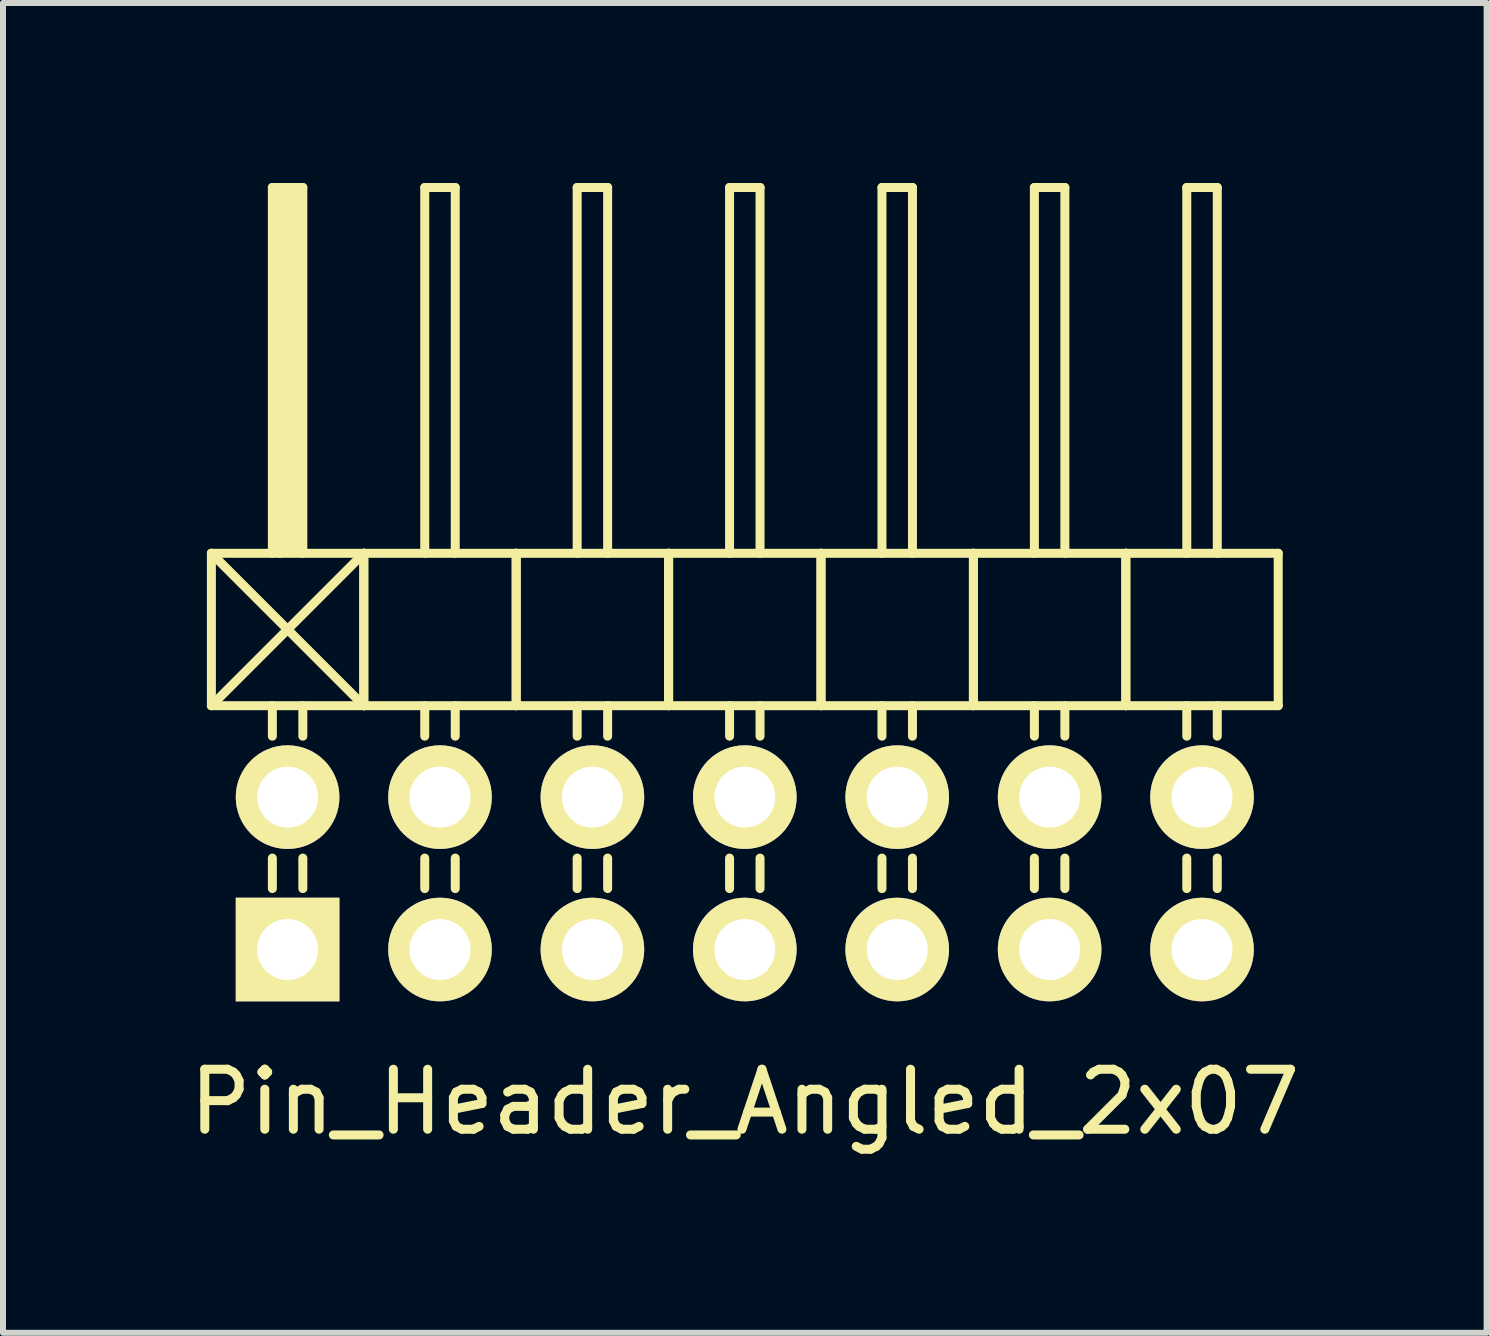
<source format=kicad_pcb>
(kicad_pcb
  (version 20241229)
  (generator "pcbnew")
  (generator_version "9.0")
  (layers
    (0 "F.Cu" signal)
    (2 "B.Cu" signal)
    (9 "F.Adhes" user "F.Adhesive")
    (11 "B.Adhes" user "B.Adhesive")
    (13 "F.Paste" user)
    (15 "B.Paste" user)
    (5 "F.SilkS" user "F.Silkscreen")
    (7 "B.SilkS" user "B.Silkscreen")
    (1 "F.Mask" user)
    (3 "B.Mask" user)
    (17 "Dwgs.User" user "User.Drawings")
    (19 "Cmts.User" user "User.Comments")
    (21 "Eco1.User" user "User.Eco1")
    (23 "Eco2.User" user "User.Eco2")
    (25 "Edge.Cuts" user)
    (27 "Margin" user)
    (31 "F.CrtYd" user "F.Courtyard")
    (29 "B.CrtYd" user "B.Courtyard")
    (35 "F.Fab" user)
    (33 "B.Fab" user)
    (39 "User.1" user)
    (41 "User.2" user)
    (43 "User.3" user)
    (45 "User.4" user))
  (footprint "Pin_Header_Angled_2x07"
    (layer "F.Cu")
    (at 9.363 11.505)
    (property "Reference" "Pin_Header_Angled_2x07" (at 0 3.81 0) (layer "F.SilkS") (effects (font (size 1 1) (thickness 0.15))))
    (attr through_hole)
    (fp_line (start -8.89 -5.334) (end -6.35 -2.794) (stroke (width 0.15) (type solid)) (layer "F.SilkS"))
    (fp_line (start -8.89 -2.794) (end -8.89 -5.334) (stroke (width 0.15) (type solid)) (layer "F.SilkS"))
    (fp_line (start -8.89 -2.794) (end -6.35 -5.334) (stroke (width 0.15) (type solid)) (layer "F.SilkS"))
    (fp_line (start -8.89 -2.794) (end -6.35 -2.794) (stroke (width 0.15) (type solid)) (layer "F.SilkS"))
    (fp_line (start -7.874 -11.43) (end -7.366 -11.43) (stroke (width 0.15) (type solid)) (layer "F.SilkS"))
    (fp_line (start -7.874 -5.334) (end -7.874 -11.43) (stroke (width 0.15) (type solid)) (layer "F.SilkS"))
    (fp_line (start -7.874 -2.794) (end -7.874 -2.286) (stroke (width 0.15) (type solid)) (layer "F.SilkS"))
    (fp_line (start -7.874 -0.254) (end -7.874 0.254) (stroke (width 0.15) (type solid)) (layer "F.SilkS"))
    (fp_line (start -7.747 -11.303) (end -7.493 -11.303) (stroke (width 0.15) (type solid)) (layer "F.SilkS"))
    (fp_line (start -7.747 -5.334) (end -7.747 -11.303) (stroke (width 0.15) (type solid)) (layer "F.SilkS"))
    (fp_line (start -7.62 -5.461) (end -7.62 -11.303) (stroke (width 0.15) (type solid)) (layer "F.SilkS"))
    (fp_line (start -7.493 -11.303) (end -7.493 -5.461) (stroke (width 0.15) (type solid)) (layer "F.SilkS"))
    (fp_line (start -7.493 -5.461) (end -7.62 -5.461) (stroke (width 0.15) (type solid)) (layer "F.SilkS"))
    (fp_line (start -7.366 -11.43) (end -7.366 -5.334) (stroke (width 0.15) (type solid)) (layer "F.SilkS"))
    (fp_line (start -7.366 -2.794) (end -7.366 -2.286) (stroke (width 0.15) (type solid)) (layer "F.SilkS"))
    (fp_line (start -7.366 -0.254) (end -7.366 0.254) (stroke (width 0.15) (type solid)) (layer "F.SilkS"))
    (fp_line (start -6.35 -5.334) (end -8.89 -5.334) (stroke (width 0.15) (type solid)) (layer "F.SilkS"))
    (fp_line (start -6.35 -2.794) (end -6.35 -5.334) (stroke (width 0.15) (type solid)) (layer "F.SilkS"))
    (fp_line (start -6.35 -2.794) (end -6.35 -5.334) (stroke (width 0.15) (type solid)) (layer "F.SilkS"))
    (fp_line (start -6.35 -2.794) (end -3.81 -2.794) (stroke (width 0.15) (type solid)) (layer "F.SilkS"))
    (fp_line (start -5.334 -11.43) (end -4.826 -11.43) (stroke (width 0.15) (type solid)) (layer "F.SilkS"))
    (fp_line (start -5.334 -5.334) (end -5.334 -11.43) (stroke (width 0.15) (type solid)) (layer "F.SilkS"))
    (fp_line (start -5.334 -2.794) (end -5.334 -2.286) (stroke (width 0.15) (type solid)) (layer "F.SilkS"))
    (fp_line (start -5.334 -0.254) (end -5.334 0.254) (stroke (width 0.15) (type solid)) (layer "F.SilkS"))
    (fp_line (start -4.826 -11.43) (end -4.826 -5.334) (stroke (width 0.15) (type solid)) (layer "F.SilkS"))
    (fp_line (start -4.826 -2.794) (end -4.826 -2.286) (stroke (width 0.15) (type solid)) (layer "F.SilkS"))
    (fp_line (start -4.826 -0.254) (end -4.826 0.254) (stroke (width 0.15) (type solid)) (layer "F.SilkS"))
    (fp_line (start -3.81 -5.334) (end -6.35 -5.334) (stroke (width 0.15) (type solid)) (layer "F.SilkS"))
    (fp_line (start -3.81 -2.794) (end -3.81 -5.334) (stroke (width 0.15) (type solid)) (layer "F.SilkS"))
    (fp_line (start -3.81 -2.794) (end -3.81 -5.334) (stroke (width 0.15) (type solid)) (layer "F.SilkS"))
    (fp_line (start -3.81 -2.794) (end -1.27 -2.794) (stroke (width 0.15) (type solid)) (layer "F.SilkS"))
    (fp_line (start -2.794 -11.43) (end -2.286 -11.43) (stroke (width 0.15) (type solid)) (layer "F.SilkS"))
    (fp_line (start -2.794 -5.334) (end -2.794 -11.43) (stroke (width 0.15) (type solid)) (layer "F.SilkS"))
    (fp_line (start -2.794 -2.794) (end -2.794 -2.286) (stroke (width 0.15) (type solid)) (layer "F.SilkS"))
    (fp_line (start -2.794 -0.254) (end -2.794 0.254) (stroke (width 0.15) (type solid)) (layer "F.SilkS"))
    (fp_line (start -2.286 -11.43) (end -2.286 -5.334) (stroke (width 0.15) (type solid)) (layer "F.SilkS"))
    (fp_line (start -2.286 -2.794) (end -2.286 -2.286) (stroke (width 0.15) (type solid)) (layer "F.SilkS"))
    (fp_line (start -2.286 -0.254) (end -2.286 0.254) (stroke (width 0.15) (type solid)) (layer "F.SilkS"))
    (fp_line (start -1.27 -5.334) (end -3.81 -5.334) (stroke (width 0.15) (type solid)) (layer "F.SilkS"))
    (fp_line (start -1.27 -2.794) (end -1.27 -5.334) (stroke (width 0.15) (type solid)) (layer "F.SilkS"))
    (fp_line (start -1.27 -2.794) (end -1.27 -5.334) (stroke (width 0.15) (type solid)) (layer "F.SilkS"))
    (fp_line (start -1.27 -2.794) (end 1.27 -2.794) (stroke (width 0.15) (type solid)) (layer "F.SilkS"))
    (fp_line (start -0.254 -11.43) (end 0.254 -11.43) (stroke (width 0.15) (type solid)) (layer "F.SilkS"))
    (fp_line (start -0.254 -5.334) (end -0.254 -11.43) (stroke (width 0.15) (type solid)) (layer "F.SilkS"))
    (fp_line (start -0.254 -2.794) (end -0.254 -2.286) (stroke (width 0.15) (type solid)) (layer "F.SilkS"))
    (fp_line (start -0.254 -0.254) (end -0.254 0.254) (stroke (width 0.15) (type solid)) (layer "F.SilkS"))
    (fp_line (start 0.254 -11.43) (end 0.254 -5.334) (stroke (width 0.15) (type solid)) (layer "F.SilkS"))
    (fp_line (start 0.254 -2.794) (end 0.254 -2.286) (stroke (width 0.15) (type solid)) (layer "F.SilkS"))
    (fp_line (start 0.254 -0.254) (end 0.254 0.254) (stroke (width 0.15) (type solid)) (layer "F.SilkS"))
    (fp_line (start 1.27 -5.334) (end -1.27 -5.334) (stroke (width 0.15) (type solid)) (layer "F.SilkS"))
    (fp_line (start 1.27 -2.794) (end 1.27 -5.334) (stroke (width 0.15) (type solid)) (layer "F.SilkS"))
    (fp_line (start 1.27 -2.794) (end 1.27 -5.334) (stroke (width 0.15) (type solid)) (layer "F.SilkS"))
    (fp_line (start 1.27 -2.794) (end 3.81 -2.794) (stroke (width 0.15) (type solid)) (layer "F.SilkS"))
    (fp_line (start 2.286 -11.43) (end 2.794 -11.43) (stroke (width 0.15) (type solid)) (layer "F.SilkS"))
    (fp_line (start 2.286 -5.334) (end 2.286 -11.43) (stroke (width 0.15) (type solid)) (layer "F.SilkS"))
    (fp_line (start 2.286 -2.794) (end 2.286 -2.286) (stroke (width 0.15) (type solid)) (layer "F.SilkS"))
    (fp_line (start 2.286 -0.254) (end 2.286 0.254) (stroke (width 0.15) (type solid)) (layer "F.SilkS"))
    (fp_line (start 2.794 -11.43) (end 2.794 -5.334) (stroke (width 0.15) (type solid)) (layer "F.SilkS"))
    (fp_line (start 2.794 -2.794) (end 2.794 -2.286) (stroke (width 0.15) (type solid)) (layer "F.SilkS"))
    (fp_line (start 2.794 -0.254) (end 2.794 0.254) (stroke (width 0.15) (type solid)) (layer "F.SilkS"))
    (fp_line (start 3.81 -5.334) (end 1.27 -5.334) (stroke (width 0.15) (type solid)) (layer "F.SilkS"))
    (fp_line (start 3.81 -2.794) (end 3.81 -5.334) (stroke (width 0.15) (type solid)) (layer "F.SilkS"))
    (fp_line (start 3.81 -2.794) (end 3.81 -5.334) (stroke (width 0.15) (type solid)) (layer "F.SilkS"))
    (fp_line (start 3.81 -2.794) (end 6.35 -2.794) (stroke (width 0.15) (type solid)) (layer "F.SilkS"))
    (fp_line (start 4.826 -11.43) (end 5.334 -11.43) (stroke (width 0.15) (type solid)) (layer "F.SilkS"))
    (fp_line (start 4.826 -5.334) (end 4.826 -11.43) (stroke (width 0.15) (type solid)) (layer "F.SilkS"))
    (fp_line (start 4.826 -2.794) (end 4.826 -2.286) (stroke (width 0.15) (type solid)) (layer "F.SilkS"))
    (fp_line (start 4.826 -0.254) (end 4.826 0.254) (stroke (width 0.15) (type solid)) (layer "F.SilkS"))
    (fp_line (start 5.334 -11.43) (end 5.334 -5.334) (stroke (width 0.15) (type solid)) (layer "F.SilkS"))
    (fp_line (start 5.334 -2.794) (end 5.334 -2.286) (stroke (width 0.15) (type solid)) (layer "F.SilkS"))
    (fp_line (start 5.334 -0.254) (end 5.334 0.254) (stroke (width 0.15) (type solid)) (layer "F.SilkS"))
    (fp_line (start 6.35 -5.334) (end 3.81 -5.334) (stroke (width 0.15) (type solid)) (layer "F.SilkS"))
    (fp_line (start 6.35 -2.794) (end 6.35 -5.334) (stroke (width 0.15) (type solid)) (layer "F.SilkS"))
    (fp_line (start 6.35 -2.794) (end 6.35 -5.334) (stroke (width 0.15) (type solid)) (layer "F.SilkS"))
    (fp_line (start 6.35 -2.794) (end 8.89 -2.794) (stroke (width 0.15) (type solid)) (layer "F.SilkS"))
    (fp_line (start 7.366 -11.43) (end 7.874 -11.43) (stroke (width 0.15) (type solid)) (layer "F.SilkS"))
    (fp_line (start 7.366 -5.334) (end 7.366 -11.43) (stroke (width 0.15) (type solid)) (layer "F.SilkS"))
    (fp_line (start 7.366 -2.794) (end 7.366 -2.286) (stroke (width 0.15) (type solid)) (layer "F.SilkS"))
    (fp_line (start 7.366 -0.254) (end 7.366 0.254) (stroke (width 0.15) (type solid)) (layer "F.SilkS"))
    (fp_line (start 7.874 -11.43) (end 7.874 -5.334) (stroke (width 0.15) (type solid)) (layer "F.SilkS"))
    (fp_line (start 7.874 -2.794) (end 7.874 -2.286) (stroke (width 0.15) (type solid)) (layer "F.SilkS"))
    (fp_line (start 7.874 -0.254) (end 7.874 0.254) (stroke (width 0.15) (type solid)) (layer "F.SilkS"))
    (fp_line (start 8.89 -5.334) (end 6.35 -5.334) (stroke (width 0.15) (type solid)) (layer "F.SilkS"))
    (fp_line (start 8.89 -2.794) (end 8.89 -5.334) (stroke (width 0.15) (type solid)) (layer "F.SilkS"))
    (pad "1" thru_hole rect (at -7.62 1.27) (size 1.727 1.727) (drill 1.016) (layers "*.Cu" "*.Mask" "F.SilkS"))
    (pad "2" thru_hole oval (at -7.62 -1.27) (size 1.727 1.727) (drill 1.016) (layers "*.Cu" "*.Mask" "F.SilkS"))
    (pad "3" thru_hole oval (at -5.08 1.27) (size 1.727 1.727) (drill 1.016) (layers "*.Cu" "*.Mask" "F.SilkS"))
    (pad "4" thru_hole oval (at -5.08 -1.27) (size 1.727 1.727) (drill 1.016) (layers "*.Cu" "*.Mask" "F.SilkS"))
    (pad "5" thru_hole oval (at -2.54 1.27) (size 1.727 1.727) (drill 1.016) (layers "*.Cu" "*.Mask" "F.SilkS"))
    (pad "6" thru_hole oval (at -2.54 -1.27) (size 1.727 1.727) (drill 1.016) (layers "*.Cu" "*.Mask" "F.SilkS"))
    (pad "7" thru_hole oval (at 0 1.27) (size 1.727 1.727) (drill 1.016) (layers "*.Cu" "*.Mask" "F.SilkS"))
    (pad "8" thru_hole oval (at 0 -1.27) (size 1.727 1.727) (drill 1.016) (layers "*.Cu" "*.Mask" "F.SilkS"))
    (pad "9" thru_hole oval (at 2.54 1.27) (size 1.727 1.727) (drill 1.016) (layers "*.Cu" "*.Mask" "F.SilkS"))
    (pad "10" thru_hole oval (at 2.54 -1.27) (size 1.727 1.727) (drill 1.016) (layers "*.Cu" "*.Mask" "F.SilkS"))
    (pad "11" thru_hole oval (at 5.08 1.27) (size 1.727 1.727) (drill 1.016) (layers "*.Cu" "*.Mask" "F.SilkS"))
    (pad "12" thru_hole oval (at 5.08 -1.27) (size 1.727 1.727) (drill 1.016) (layers "*.Cu" "*.Mask" "F.SilkS"))
    (pad "13" thru_hole oval (at 7.62 1.27) (size 1.727 1.727) (drill 1.016) (layers "*.Cu" "*.Mask" "F.SilkS"))
    (pad "14" thru_hole oval (at 7.62 -1.27) (size 1.727 1.727) (drill 1.016) (layers "*.Cu" "*.Mask" "F.SilkS")))
  (gr_rect
    (start -3 -3)
    (end 21.726 19.163)
    (stroke (width 0.1) (type default))
    (fill no)
    (layer "Edge.Cuts")))
</source>
